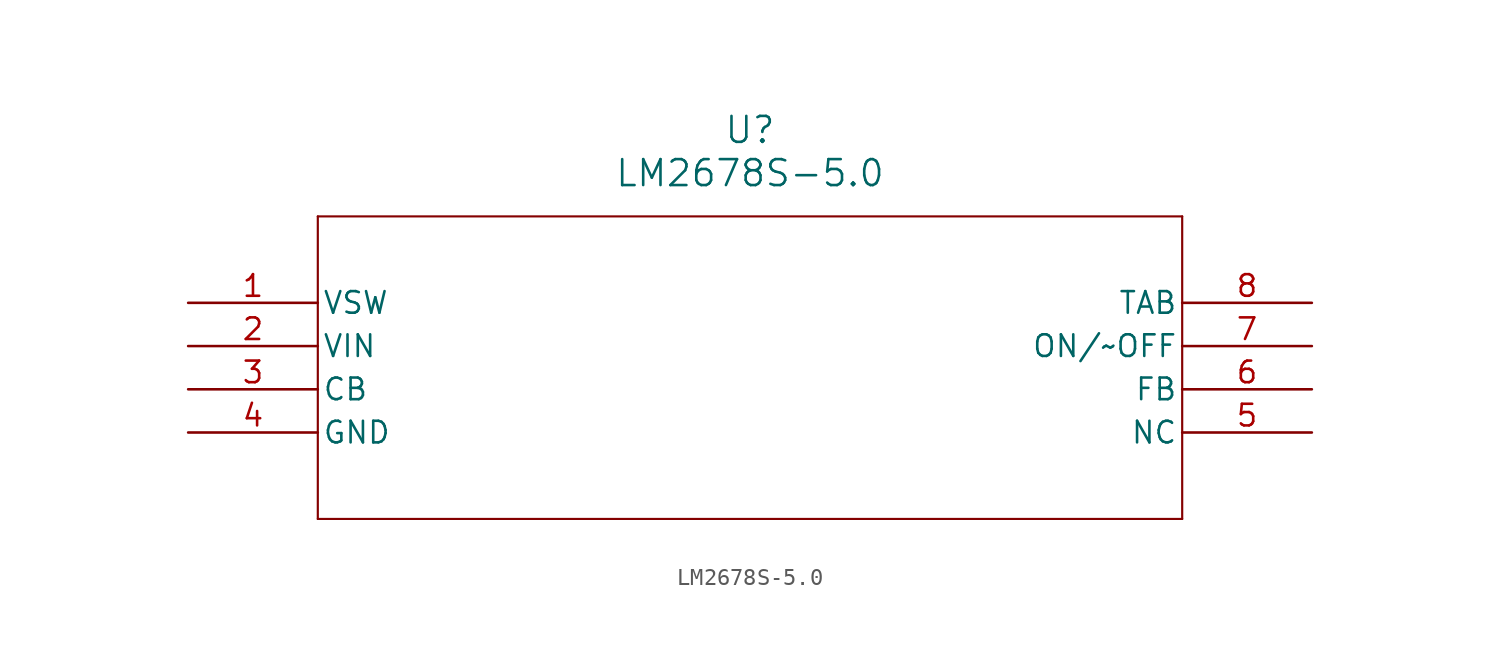
<source format=kicad_sym>
(kicad_symbol_lib
  (version 20211014)
  (generator kicad_symbol_editor)
  (symbol "LM2678S-5.0"
    (pin_names
      (offset 0.254))
    (property "Reference" "U"
      (at 33.02 10.16 0)
      (effects (font (size 1.524 1.524))))
    (property "Value" "LM2678S-5.0"
      (at 33.02 7.62 0)
      (effects (font (size 1.524 1.524))))
    (symbol "LM2678S-5.0_0_1"
      (polyline (pts (xy 7.62 5.08) (xy 7.62 -12.7)) (stroke (width 0.127) (type default) (color 0 0 0 0)) (fill (type none)))
      (polyline (pts (xy 7.62 -12.7) (xy 58.42 -12.7)) (stroke (width 0.127) (type default) (color 0 0 0 0)) (fill (type none)))
      (polyline (pts (xy 58.42 -12.7) (xy 58.42 5.08)) (stroke (width 0.127) (type default) (color 0 0 0 0)) (fill (type none)))
      (polyline (pts (xy 58.42 5.08) (xy 7.62 5.08)) (stroke (width 0.127) (type default) (color 0 0 0 0)) (fill (type none)))
      (pin output line (at 0 0 0) (length 7.62) (name "VSW" (effects (font (size 1.27 1.27)))) (number "1" (effects (font (size 1.27 1.27)))))
      (pin input line (at 0 -2.54 0) (length 7.62) (name "VIN" (effects (font (size 1.27 1.27)))) (number "2" (effects (font (size 1.27 1.27)))))
      (pin passive line (at 0 -5.08 0) (length 7.62) (name "CB" (effects (font (size 1.27 1.27)))) (number "3" (effects (font (size 1.27 1.27)))))
      (pin passive line (at 0 -7.62 0) (length 7.62) (name "GND" (effects (font (size 1.27 1.27)))) (number "4" (effects (font (size 1.27 1.27)))))
      (pin passive line (at 66.04 -7.62 180) (length 7.62) (name "NC" (effects (font (size 1.27 1.27)))) (number "5" (effects (font (size 1.27 1.27)))))
      (pin passive line (at 66.04 -5.08 180) (length 7.62) (name "FB" (effects (font (size 1.27 1.27)))) (number "6" (effects (font (size 1.27 1.27)))))
      (pin passive line (at 66.04 -2.54 180) (length 7.62) (name "ON/~OFF" (effects (font (size 1.27 1.27)))) (number "7" (effects (font (size 1.27 1.27)))))
      (pin unspecified line (at 66.04 0 180) (length 7.62) (name "TAB" (effects (font (size 1.27 1.27)))) (number "8" (effects (font (size 1.27 1.27))))))))
</source>
